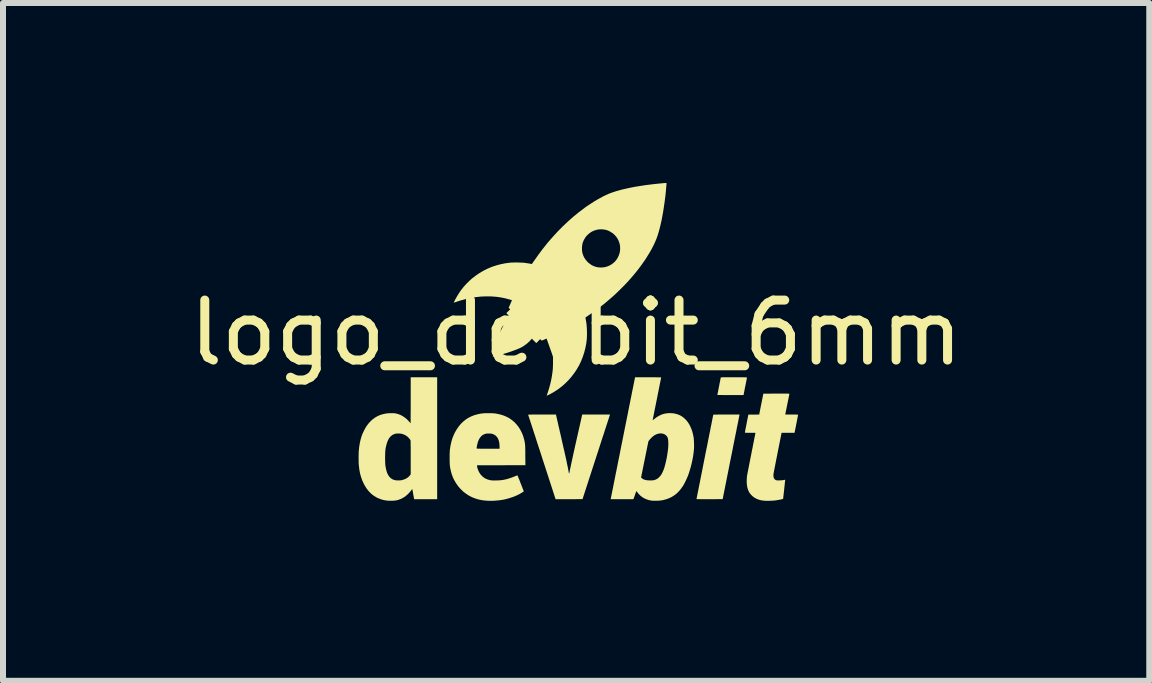
<source format=kicad_pcb>
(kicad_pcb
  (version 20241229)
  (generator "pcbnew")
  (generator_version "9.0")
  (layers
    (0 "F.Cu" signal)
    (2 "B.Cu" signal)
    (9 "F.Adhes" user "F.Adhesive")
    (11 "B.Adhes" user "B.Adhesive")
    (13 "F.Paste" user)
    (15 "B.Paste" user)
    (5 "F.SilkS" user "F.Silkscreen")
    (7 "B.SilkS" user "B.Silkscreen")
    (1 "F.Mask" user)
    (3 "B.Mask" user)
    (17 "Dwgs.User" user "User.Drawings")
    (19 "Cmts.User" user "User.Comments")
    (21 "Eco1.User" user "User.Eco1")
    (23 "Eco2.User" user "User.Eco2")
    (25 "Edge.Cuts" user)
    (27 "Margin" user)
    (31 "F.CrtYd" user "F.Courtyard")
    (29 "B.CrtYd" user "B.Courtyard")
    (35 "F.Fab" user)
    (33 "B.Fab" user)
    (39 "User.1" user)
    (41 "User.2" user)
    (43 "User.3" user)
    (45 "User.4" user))
  (footprint "logo_devbit_6mm"
    (layer "F.Cu")
    (at 6.554 2.997)
    (property "Reference" "logo_devbit_6mm" (at 0 -0.5 0) (unlocked yes) (layer "F.SilkS") (effects (font (size 1 1) (thickness 0.15))))
    (fp_poly (pts (xy 2.67 0.242) (xy 2.706 0.242) (xy 2.737 0.242) (xy 2.763 0.242) (xy 2.785 0.242) (xy 2.804 0.243) (xy 2.818 0.243) (xy 2.83 0.243) (xy 2.838 0.244) (xy 2.843 0.244) (xy 2.846 0.245) (xy 2.847 0.245) (xy 2.847 0.249) (xy 2.845 0.257) (xy 2.843 0.269) (xy 2.84 0.285) (xy 2.836 0.304) (xy 2.832 0.326) (xy 2.827 0.351) (xy 2.822 0.377) (xy 2.818 0.393) (xy 2.79 0.538) (xy 2.571 0.538) (xy 2.532 0.538) (xy 2.497 0.538) (xy 2.467 0.538) (xy 2.442 0.538) (xy 2.421 0.537) (xy 2.403 0.537) (xy 2.389 0.537) (xy 2.377 0.537) (xy 2.369 0.537) (xy 2.362 0.536) (xy 2.358 0.536) (xy 2.355 0.535) (xy 2.354 0.534) (xy 2.353 0.534) (xy 2.353 0.533) (xy 2.354 0.529) (xy 2.356 0.521) (xy 2.358 0.509) (xy 2.362 0.492) (xy 2.366 0.473) (xy 2.37 0.451) (xy 2.375 0.426) (xy 2.38 0.4) (xy 2.382 0.39) (xy 2.387 0.363) (xy 2.392 0.338) (xy 2.397 0.315) (xy 2.401 0.294) (xy 2.404 0.277) (xy 2.407 0.263) (xy 2.409 0.253) (xy 2.41 0.247) (xy 2.41 0.247) (xy 2.411 0.246) (xy 2.412 0.245) (xy 2.414 0.244) (xy 2.418 0.244) (xy 2.423 0.243) (xy 2.43 0.243) (xy 2.44 0.243) (xy 2.452 0.242) (xy 2.468 0.242) (xy 2.487 0.242) (xy 2.509 0.242) (xy 2.536 0.242) (xy 2.568 0.242) (xy 2.604 0.242) (xy 2.629 0.242)) (stroke (width 0) (type solid)) (fill yes) (layer "F.SilkS"))
    (fp_poly (pts (xy 2.722 0.87) (xy 2.721 0.874) (xy 2.719 0.882) (xy 2.717 0.895) (xy 2.713 0.913) (xy 2.709 0.935) (xy 2.704 0.961) (xy 2.698 0.991) (xy 2.691 1.025) (xy 2.683 1.063) (xy 2.675 1.104) (xy 2.667 1.148) (xy 2.657 1.194) (xy 2.647 1.244) (xy 2.637 1.296) (xy 2.626 1.349) (xy 2.615 1.405) (xy 2.604 1.463) (xy 2.592 1.522) (xy 2.581 1.575) (xy 2.442 2.273) (xy 2.224 2.274) (xy 2.186 2.274) (xy 2.151 2.274) (xy 2.119 2.274) (xy 2.09 2.274) (xy 2.065 2.274) (xy 2.044 2.273) (xy 2.027 2.273) (xy 2.015 2.273) (xy 2.008 2.272) (xy 2.006 2.272) (xy 2.006 2.269) (xy 2.008 2.261) (xy 2.01 2.249) (xy 2.014 2.231) (xy 2.018 2.21) (xy 2.023 2.184) (xy 2.029 2.154) (xy 2.036 2.12) (xy 2.043 2.083) (xy 2.051 2.042) (xy 2.06 1.999) (xy 2.069 1.952) (xy 2.079 1.903) (xy 2.089 1.852) (xy 2.1 1.798) (xy 2.111 1.742) (xy 2.122 1.685) (xy 2.134 1.625) (xy 2.145 1.569) (xy 2.157 1.508) (xy 2.169 1.449) (xy 2.181 1.392) (xy 2.192 1.336) (xy 2.202 1.282) (xy 2.213 1.231) (xy 2.222 1.182) (xy 2.232 1.136) (xy 2.24 1.092) (xy 2.248 1.052) (xy 2.256 1.015) (xy 2.262 0.982) (xy 2.268 0.952) (xy 2.273 0.926) (xy 2.277 0.905) (xy 2.281 0.888) (xy 2.283 0.875) (xy 2.285 0.868) (xy 2.285 0.865) (xy 2.288 0.865) (xy 2.295 0.865) (xy 2.308 0.864) (xy 2.324 0.864) (xy 2.344 0.864) (xy 2.368 0.863) (xy 2.395 0.863) (xy 2.424 0.863) (xy 2.456 0.863) (xy 2.49 0.863) (xy 2.504 0.863) (xy 2.723 0.863)) (stroke (width 0) (type solid)) (fill yes) (layer "F.SilkS"))
    (fp_poly (pts (xy -0.334 0.876) (xy -0.333 0.88) (xy -0.331 0.889) (xy -0.328 0.902) (xy -0.324 0.92) (xy -0.319 0.942) (xy -0.313 0.968) (xy -0.306 0.998) (xy -0.299 1.03) (xy -0.291 1.065) (xy -0.282 1.103) (xy -0.273 1.143) (xy -0.263 1.185) (xy -0.253 1.229) (xy -0.243 1.274) (xy -0.241 1.285) (xy -0.226 1.349) (xy -0.213 1.408) (xy -0.2 1.462) (xy -0.189 1.512) (xy -0.179 1.557) (xy -0.17 1.597) (xy -0.162 1.633) (xy -0.156 1.665) (xy -0.15 1.693) (xy -0.145 1.717) (xy -0.141 1.737) (xy -0.137 1.754) (xy -0.136 1.762) (xy -0.132 1.782) (xy -0.129 1.8) (xy -0.126 1.816) (xy -0.124 1.829) (xy -0.122 1.838) (xy -0.12 1.843) (xy -0.12 1.843) (xy -0.119 1.844) (xy -0.117 1.843) (xy -0.115 1.84) (xy -0.113 1.834) (xy -0.111 1.824) (xy -0.108 1.811) (xy -0.105 1.794) (xy -0.101 1.772) (xy -0.1 1.768) (xy -0.098 1.757) (xy -0.094 1.741) (xy -0.09 1.721) (xy -0.085 1.696) (xy -0.079 1.668) (xy -0.072 1.636) (xy -0.064 1.601) (xy -0.056 1.563) (xy -0.047 1.522) (xy -0.038 1.48) (xy -0.028 1.436) (xy -0.018 1.39) (xy -0.007 1.343) (xy 0.003 1.296) (xy 0.007 1.279) (xy 0.101 0.863) (xy 0.564 0.863) (xy 0.548 0.912) (xy 0.546 0.919) (xy 0.542 0.931) (xy 0.537 0.947) (xy 0.53 0.968) (xy 0.522 0.993) (xy 0.512 1.022) (xy 0.502 1.055) (xy 0.49 1.091) (xy 0.477 1.13) (xy 0.464 1.172) (xy 0.449 1.217) (xy 0.433 1.265) (xy 0.417 1.315) (xy 0.4 1.367) (xy 0.383 1.421) (xy 0.365 1.476) (xy 0.346 1.533) (xy 0.328 1.59) (xy 0.319 1.617) (xy 0.106 2.273) (xy -0.119 2.274) (xy -0.343 2.274) (xy -0.571 1.572) (xy -0.59 1.512) (xy -0.609 1.454) (xy -0.628 1.397) (xy -0.646 1.342) (xy -0.663 1.289) (xy -0.679 1.238) (xy -0.695 1.19) (xy -0.71 1.144) (xy -0.724 1.1) (xy -0.737 1.06) (xy -0.749 1.023) (xy -0.76 0.99) (xy -0.77 0.959) (xy -0.779 0.933) (xy -0.786 0.911) (xy -0.792 0.893) (xy -0.796 0.88) (xy -0.799 0.871) (xy -0.8 0.867) (xy -0.8 0.866) (xy -0.8 0.866) (xy -0.797 0.865) (xy -0.791 0.865) (xy -0.783 0.864) (xy -0.772 0.864) (xy -0.758 0.864) (xy -0.74 0.863) (xy -0.718 0.863) (xy -0.692 0.863) (xy -0.661 0.863) (xy -0.626 0.863) (xy -0.586 0.863) (xy -0.569 0.863) (xy -0.336 0.863)) (stroke (width 0) (type solid)) (fill yes) (layer "F.SilkS"))
    (fp_poly (pts (xy -2.317 2.274) (xy -2.701 2.274) (xy -2.711 2.217) (xy -2.715 2.198) (xy -2.718 2.179) (xy -2.721 2.16) (xy -2.724 2.144) (xy -2.726 2.132) (xy -2.727 2.131) (xy -2.732 2.103) (xy -2.748 2.124) (xy -2.779 2.163) (xy -2.813 2.197) (xy -2.848 2.227) (xy -2.886 2.251) (xy -2.912 2.265) (xy -2.939 2.276) (xy -2.964 2.285) (xy -2.989 2.292) (xy -3.016 2.296) (xy -3.045 2.299) (xy -3.073 2.3) (xy -3.091 2.3) (xy -3.108 2.3) (xy -3.125 2.3) (xy -3.138 2.299) (xy -3.145 2.298) (xy -3.196 2.291) (xy -3.244 2.279) (xy -3.289 2.262) (xy -3.319 2.249) (xy -3.36 2.225) (xy -3.399 2.198) (xy -3.434 2.166) (xy -3.467 2.13) (xy -3.498 2.089) (xy -3.526 2.043) (xy -3.543 2.011) (xy -3.566 1.96) (xy -3.585 1.907) (xy -3.601 1.85) (xy -3.613 1.789) (xy -3.621 1.725) (xy -3.624 1.695) (xy -3.625 1.679) (xy -3.626 1.659) (xy -3.626 1.635) (xy -3.626 1.609) (xy -3.626 1.601) (xy -3.185 1.601) (xy -3.184 1.627) (xy -3.184 1.651) (xy -3.183 1.673) (xy -3.182 1.691) (xy -3.181 1.706) (xy -3.181 1.708) (xy -3.173 1.754) (xy -3.164 1.794) (xy -3.153 1.83) (xy -3.139 1.861) (xy -3.123 1.888) (xy -3.105 1.91) (xy -3.084 1.928) (xy -3.06 1.943) (xy -3.034 1.953) (xy -3.012 1.958) (xy -2.996 1.96) (xy -2.977 1.961) (xy -2.956 1.961) (xy -2.935 1.96) (xy -2.916 1.958) (xy -2.905 1.956) (xy -2.871 1.946) (xy -2.84 1.933) (xy -2.812 1.916) (xy -2.788 1.896) (xy -2.771 1.876) (xy -2.758 1.86) (xy -2.758 1.578) (xy -2.758 1.532) (xy -2.758 1.492) (xy -2.758 1.457) (xy -2.758 1.426) (xy -2.758 1.399) (xy -2.759 1.376) (xy -2.759 1.356) (xy -2.759 1.34) (xy -2.759 1.327) (xy -2.76 1.316) (xy -2.76 1.307) (xy -2.76 1.301) (xy -2.761 1.296) (xy -2.761 1.293) (xy -2.762 1.29) (xy -2.763 1.289) (xy -2.763 1.288) (xy -2.773 1.274) (xy -2.785 1.259) (xy -2.799 1.244) (xy -2.812 1.232) (xy -2.814 1.23) (xy -2.832 1.217) (xy -2.854 1.204) (xy -2.877 1.194) (xy -2.899 1.186) (xy -2.902 1.185) (xy -2.918 1.182) (xy -2.938 1.18) (xy -2.958 1.179) (xy -2.979 1.179) (xy -2.998 1.18) (xy -3.014 1.183) (xy -3.016 1.184) (xy -3.043 1.193) (xy -3.067 1.206) (xy -3.089 1.224) (xy -3.109 1.245) (xy -3.126 1.271) (xy -3.141 1.301) (xy -3.154 1.336) (xy -3.165 1.375) (xy -3.175 1.419) (xy -3.179 1.448) (xy -3.181 1.46) (xy -3.182 1.478) (xy -3.183 1.498) (xy -3.184 1.522) (xy -3.184 1.548) (xy -3.185 1.574) (xy -3.185 1.601) (xy -3.626 1.601) (xy -3.627 1.582) (xy -3.626 1.556) (xy -3.626 1.53) (xy -3.625 1.506) (xy -3.625 1.486) (xy -3.624 1.473) (xy -3.617 1.404) (xy -3.606 1.337) (xy -3.592 1.275) (xy -3.574 1.216) (xy -3.569 1.203) (xy -3.561 1.182) (xy -3.55 1.159) (xy -3.538 1.134) (xy -3.526 1.11) (xy -3.513 1.087) (xy -3.501 1.067) (xy -3.497 1.06) (xy -3.465 1.017) (xy -3.432 0.979) (xy -3.396 0.946) (xy -3.358 0.917) (xy -3.317 0.893) (xy -3.274 0.873) (xy -3.227 0.858) (xy -3.177 0.847) (xy -3.176 0.847) (xy -3.158 0.844) (xy -3.137 0.842) (xy -3.113 0.841) (xy -3.089 0.84) (xy -3.066 0.84) (xy -3.044 0.841) (xy -3.025 0.842) (xy -3.011 0.844) (xy -2.971 0.854) (xy -2.932 0.868) (xy -2.894 0.888) (xy -2.858 0.912) (xy -2.824 0.939) (xy -2.793 0.971) (xy -2.78 0.986) (xy -2.772 0.995) (xy -2.766 1.002) (xy -2.762 1.007) (xy -2.76 1.008) (xy -2.76 1.005) (xy -2.76 0.998) (xy -2.76 0.985) (xy -2.759 0.968) (xy -2.759 0.947) (xy -2.759 0.922) (xy -2.759 0.894) (xy -2.759 0.862) (xy -2.759 0.827) (xy -2.758 0.79) (xy -2.758 0.75) (xy -2.758 0.708) (xy -2.758 0.664) (xy -2.758 0.625) (xy -2.758 0.242) (xy -2.317 0.242)) (stroke (width 0) (type solid)) (fill yes) (layer "F.SilkS"))
    (fp_poly (pts (xy -1.44 0.84) (xy -1.411 0.841) (xy -1.384 0.842) (xy -1.36 0.844) (xy -1.342 0.846) (xy -1.287 0.857) (xy -1.237 0.87) (xy -1.19 0.887) (xy -1.146 0.907) (xy -1.11 0.927) (xy -1.068 0.957) (xy -1.029 0.99) (xy -0.994 1.028) (xy -0.961 1.069) (xy -0.933 1.113) (xy -0.908 1.161) (xy -0.887 1.211) (xy -0.871 1.264) (xy -0.868 1.276) (xy -0.864 1.292) (xy -0.861 1.306) (xy -0.858 1.32) (xy -0.856 1.333) (xy -0.854 1.347) (xy -0.852 1.361) (xy -0.851 1.376) (xy -0.85 1.393) (xy -0.849 1.413) (xy -0.849 1.435) (xy -0.848 1.461) (xy -0.848 1.491) (xy -0.848 1.525) (xy -0.848 1.545) (xy -0.846 1.707) (xy -1.249 1.708) (xy -1.652 1.708) (xy -1.652 1.723) (xy -1.649 1.742) (xy -1.643 1.764) (xy -1.635 1.788) (xy -1.624 1.811) (xy -1.612 1.834) (xy -1.598 1.855) (xy -1.592 1.863) (xy -1.567 1.89) (xy -1.54 1.913) (xy -1.51 1.931) (xy -1.476 1.945) (xy -1.439 1.956) (xy -1.438 1.956) (xy -1.421 1.959) (xy -1.399 1.961) (xy -1.374 1.962) (xy -1.346 1.962) (xy -1.317 1.961) (xy -1.287 1.96) (xy -1.258 1.958) (xy -1.23 1.954) (xy -1.219 1.953) (xy -1.189 1.947) (xy -1.154 1.939) (xy -1.116 1.927) (xy -1.074 1.913) (xy -1.028 1.895) (xy -1.021 1.892) (xy -1.007 1.887) (xy -0.995 1.882) (xy -0.986 1.879) (xy -0.98 1.877) (xy -0.979 1.877) (xy -0.978 1.879) (xy -0.974 1.886) (xy -0.97 1.897) (xy -0.964 1.912) (xy -0.957 1.93) (xy -0.948 1.95) (xy -0.939 1.973) (xy -0.93 1.998) (xy -0.925 2.01) (xy -0.873 2.143) (xy -0.879 2.148) (xy -0.886 2.153) (xy -0.897 2.16) (xy -0.91 2.168) (xy -0.924 2.176) (xy -0.938 2.185) (xy -0.952 2.192) (xy -0.964 2.198) (xy -0.965 2.199) (xy -1.002 2.216) (xy -1.043 2.233) (xy -1.087 2.248) (xy -1.132 2.262) (xy -1.177 2.274) (xy -1.22 2.283) (xy -1.223 2.283) (xy -1.271 2.291) (xy -1.322 2.296) (xy -1.373 2.3) (xy -1.424 2.301) (xy -1.472 2.3) (xy -1.505 2.298) (xy -1.567 2.291) (xy -1.625 2.279) (xy -1.682 2.262) (xy -1.735 2.241) (xy -1.786 2.215) (xy -1.834 2.184) (xy -1.879 2.15) (xy -1.92 2.111) (xy -1.959 2.068) (xy -1.975 2.047) (xy -2.005 2.003) (xy -2.032 1.957) (xy -2.055 1.91) (xy -2.073 1.86) (xy -2.088 1.808) (xy -2.1 1.752) (xy -2.104 1.723) (xy -2.106 1.708) (xy -2.107 1.689) (xy -2.108 1.666) (xy -2.109 1.64) (xy -2.109 1.613) (xy -2.109 1.584) (xy -2.109 1.556) (xy -2.109 1.528) (xy -2.108 1.501) (xy -2.107 1.478) (xy -2.106 1.458) (xy -2.104 1.444) (xy -2.101 1.421) (xy -1.658 1.421) (xy -1.658 1.428) (xy -1.658 1.43) (xy -1.655 1.431) (xy -1.649 1.431) (xy -1.639 1.432) (xy -1.624 1.432) (xy -1.606 1.432) (xy -1.582 1.433) (xy -1.554 1.433) (xy -1.521 1.433) (xy -1.482 1.433) (xy -1.466 1.433) (xy -1.277 1.433) (xy -1.277 1.397) (xy -1.279 1.357) (xy -1.284 1.321) (xy -1.293 1.288) (xy -1.305 1.26) (xy -1.321 1.236) (xy -1.34 1.216) (xy -1.363 1.2) (xy -1.389 1.188) (xy -1.403 1.184) (xy -1.417 1.181) (xy -1.435 1.179) (xy -1.454 1.179) (xy -1.474 1.179) (xy -1.492 1.18) (xy -1.507 1.183) (xy -1.511 1.184) (xy -1.537 1.193) (xy -1.561 1.206) (xy -1.582 1.224) (xy -1.6 1.245) (xy -1.617 1.271) (xy -1.631 1.302) (xy -1.637 1.317) (xy -1.641 1.331) (xy -1.645 1.347) (xy -1.649 1.364) (xy -1.653 1.38) (xy -1.656 1.396) (xy -1.658 1.41) (xy -1.658 1.421) (xy -2.101 1.421) (xy -2.094 1.379) (xy -2.081 1.319) (xy -2.064 1.261) (xy -2.043 1.208) (xy -2.019 1.157) (xy -1.99 1.108) (xy -1.985 1.1) (xy -1.952 1.054) (xy -1.917 1.013) (xy -1.879 0.977) (xy -1.839 0.945) (xy -1.797 0.918) (xy -1.751 0.895) (xy -1.702 0.875) (xy -1.649 0.86) (xy -1.593 0.848) (xy -1.57 0.845) (xy -1.55 0.843) (xy -1.526 0.841) (xy -1.499 0.84) (xy -1.47 0.84)) (stroke (width 0) (type solid)) (fill yes) (layer "F.SilkS"))
    (fp_poly (pts (xy 3.468 0.514) (xy 3.489 0.514) (xy 3.507 0.514) (xy 3.521 0.514) (xy 3.533 0.515) (xy 3.541 0.515) (xy 3.547 0.515) (xy 3.551 0.516) (xy 3.553 0.517) (xy 3.554 0.517) (xy 3.554 0.517) (xy 3.554 0.52) (xy 3.552 0.528) (xy 3.55 0.541) (xy 3.546 0.557) (xy 3.543 0.577) (xy 3.538 0.6) (xy 3.533 0.625) (xy 3.527 0.653) (xy 3.521 0.682) (xy 3.519 0.692) (xy 3.485 0.863) (xy 3.592 0.863) (xy 3.617 0.863) (xy 3.64 0.863) (xy 3.66 0.863) (xy 3.676 0.864) (xy 3.688 0.864) (xy 3.696 0.865) (xy 3.699 0.865) (xy 3.699 0.865) (xy 3.699 0.868) (xy 3.697 0.876) (xy 3.695 0.888) (xy 3.692 0.903) (xy 3.689 0.921) (xy 3.685 0.942) (xy 3.68 0.964) (xy 3.676 0.988) (xy 3.671 1.012) (xy 3.666 1.036) (xy 3.662 1.06) (xy 3.657 1.082) (xy 3.653 1.103) (xy 3.649 1.122) (xy 3.646 1.137) (xy 3.644 1.149) (xy 3.642 1.158) (xy 3.641 1.161) (xy 3.64 1.167) (xy 3.424 1.167) (xy 3.358 1.498) (xy 3.35 1.54) (xy 3.342 1.58) (xy 3.334 1.619) (xy 3.327 1.656) (xy 3.32 1.691) (xy 3.314 1.723) (xy 3.308 1.753) (xy 3.303 1.779) (xy 3.299 1.801) (xy 3.295 1.82) (xy 3.293 1.834) (xy 3.291 1.844) (xy 3.29 1.848) (xy 3.288 1.865) (xy 3.288 1.883) (xy 3.29 1.9) (xy 3.293 1.915) (xy 3.295 1.922) (xy 3.303 1.935) (xy 3.314 1.946) (xy 3.326 1.955) (xy 3.333 1.958) (xy 3.341 1.959) (xy 3.354 1.961) (xy 3.37 1.961) (xy 3.388 1.961) (xy 3.407 1.96) (xy 3.425 1.959) (xy 3.442 1.957) (xy 3.456 1.955) (xy 3.467 1.953) (xy 3.476 1.951) (xy 3.482 1.951) (xy 3.484 1.951) (xy 3.484 1.953) (xy 3.483 1.961) (xy 3.482 1.973) (xy 3.48 1.988) (xy 3.478 2.006) (xy 3.476 2.027) (xy 3.474 2.05) (xy 3.471 2.075) (xy 3.468 2.1) (xy 3.466 2.125) (xy 3.463 2.15) (xy 3.46 2.174) (xy 3.458 2.197) (xy 3.455 2.217) (xy 3.453 2.235) (xy 3.452 2.25) (xy 3.45 2.261) (xy 3.449 2.268) (xy 3.449 2.27) (xy 3.446 2.271) (xy 3.438 2.273) (xy 3.427 2.275) (xy 3.414 2.278) (xy 3.399 2.281) (xy 3.383 2.284) (xy 3.368 2.287) (xy 3.354 2.289) (xy 3.341 2.291) (xy 3.339 2.292) (xy 3.312 2.295) (xy 3.283 2.298) (xy 3.252 2.299) (xy 3.22 2.301) (xy 3.19 2.301) (xy 3.161 2.301) (xy 3.136 2.299) (xy 3.126 2.298) (xy 3.081 2.292) (xy 3.041 2.281) (xy 3.004 2.266) (xy 2.97 2.247) (xy 2.94 2.224) (xy 2.926 2.211) (xy 2.905 2.188) (xy 2.888 2.165) (xy 2.874 2.14) (xy 2.863 2.112) (xy 2.861 2.106) (xy 2.852 2.072) (xy 2.846 2.035) (xy 2.843 1.994) (xy 2.843 1.951) (xy 2.846 1.905) (xy 2.851 1.868) (xy 2.852 1.863) (xy 2.854 1.853) (xy 2.857 1.839) (xy 2.86 1.821) (xy 2.865 1.799) (xy 2.869 1.773) (xy 2.875 1.745) (xy 2.881 1.715) (xy 2.887 1.682) (xy 2.894 1.648) (xy 2.901 1.612) (xy 2.908 1.575) (xy 2.916 1.538) (xy 2.923 1.501) (xy 2.93 1.463) (xy 2.938 1.427) (xy 2.945 1.391) (xy 2.951 1.357) (xy 2.958 1.324) (xy 2.964 1.294) (xy 2.969 1.266) (xy 2.974 1.241) (xy 2.979 1.219) (xy 2.982 1.201) (xy 2.985 1.187) (xy 2.987 1.177) (xy 2.988 1.172) (xy 2.988 1.171) (xy 2.989 1.17) (xy 2.988 1.169) (xy 2.985 1.168) (xy 2.981 1.168) (xy 2.974 1.167) (xy 2.964 1.167) (xy 2.95 1.167) (xy 2.932 1.167) (xy 2.909 1.167) (xy 2.901 1.167) (xy 2.877 1.167) (xy 2.857 1.167) (xy 2.842 1.167) (xy 2.831 1.166) (xy 2.823 1.166) (xy 2.817 1.165) (xy 2.814 1.165) (xy 2.813 1.164) (xy 2.812 1.162) (xy 2.812 1.162) (xy 2.813 1.159) (xy 2.814 1.15) (xy 2.817 1.138) (xy 2.82 1.122) (xy 2.823 1.102) (xy 2.828 1.08) (xy 2.833 1.055) (xy 2.838 1.028) (xy 2.841 1.011) (xy 2.87 0.864) (xy 2.96 0.864) (xy 3.051 0.863) (xy 3.085 0.689) (xy 3.12 0.515) (xy 3.337 0.514) (xy 3.377 0.514) (xy 3.412 0.514) (xy 3.442 0.514)) (stroke (width 0) (type solid)) (fill yes) (layer "F.SilkS"))
    (fp_poly (pts (xy 1.236 0.242) (xy 1.27 0.242) (xy 1.301 0.242) (xy 1.33 0.242) (xy 1.355 0.243) (xy 1.376 0.243) (xy 1.393 0.243) (xy 1.406 0.244) (xy 1.414 0.244) (xy 1.417 0.244) (xy 1.417 0.244) (xy 1.416 0.247) (xy 1.415 0.255) (xy 1.412 0.268) (xy 1.409 0.284) (xy 1.405 0.305) (xy 1.4 0.33) (xy 1.394 0.358) (xy 1.388 0.389) (xy 1.381 0.423) (xy 1.374 0.46) (xy 1.366 0.498) (xy 1.358 0.539) (xy 1.35 0.581) (xy 1.346 0.601) (xy 1.337 0.644) (xy 1.329 0.685) (xy 1.321 0.725) (xy 1.313 0.762) (xy 1.306 0.798) (xy 1.3 0.83) (xy 1.294 0.86) (xy 1.289 0.886) (xy 1.284 0.908) (xy 1.281 0.927) (xy 1.278 0.942) (xy 1.276 0.952) (xy 1.275 0.957) (xy 1.275 0.957) (xy 1.277 0.957) (xy 1.283 0.953) (xy 1.29 0.947) (xy 1.3 0.939) (xy 1.339 0.909) (xy 1.379 0.885) (xy 1.42 0.865) (xy 1.462 0.851) (xy 1.505 0.843) (xy 1.549 0.839) (xy 1.558 0.839) (xy 1.605 0.841) (xy 1.65 0.848) (xy 1.692 0.86) (xy 1.731 0.876) (xy 1.767 0.897) (xy 1.8 0.923) (xy 1.831 0.953) (xy 1.859 0.987) (xy 1.885 1.027) (xy 1.903 1.062) (xy 1.922 1.106) (xy 1.938 1.153) (xy 1.95 1.204) (xy 1.959 1.25) (xy 1.96 1.266) (xy 1.962 1.286) (xy 1.963 1.309) (xy 1.964 1.334) (xy 1.965 1.359) (xy 1.965 1.385) (xy 1.965 1.409) (xy 1.964 1.431) (xy 1.963 1.447) (xy 1.957 1.501) (xy 1.949 1.558) (xy 1.938 1.618) (xy 1.925 1.678) (xy 1.91 1.737) (xy 1.893 1.795) (xy 1.876 1.849) (xy 1.864 1.882) (xy 1.855 1.903) (xy 1.845 1.927) (xy 1.833 1.952) (xy 1.821 1.978) (xy 1.808 2.003) (xy 1.796 2.026) (xy 1.785 2.046) (xy 1.777 2.058) (xy 1.745 2.103) (xy 1.711 2.143) (xy 1.675 2.179) (xy 1.636 2.209) (xy 1.595 2.235) (xy 1.551 2.257) (xy 1.504 2.274) (xy 1.454 2.288) (xy 1.414 2.295) (xy 1.4 2.296) (xy 1.383 2.298) (xy 1.363 2.299) (xy 1.342 2.3) (xy 1.321 2.3) (xy 1.3 2.3) (xy 1.282 2.3) (xy 1.268 2.299) (xy 1.26 2.298) (xy 1.216 2.29) (xy 1.175 2.277) (xy 1.136 2.26) (xy 1.1 2.238) (xy 1.068 2.213) (xy 1.039 2.183) (xy 1.02 2.158) (xy 1.013 2.149) (xy 1.008 2.142) (xy 1.005 2.138) (xy 1.004 2.137) (xy 1.003 2.14) (xy 1.001 2.147) (xy 0.997 2.157) (xy 0.991 2.171) (xy 0.985 2.187) (xy 0.979 2.205) (xy 0.979 2.206) (xy 0.954 2.274) (xy 0.764 2.274) (xy 0.733 2.274) (xy 0.703 2.274) (xy 0.676 2.274) (xy 0.651 2.274) (xy 0.628 2.274) (xy 0.609 2.274) (xy 0.594 2.274) (xy 0.583 2.274) (xy 0.577 2.274) (xy 0.575 2.274) (xy 0.576 2.271) (xy 0.577 2.263) (xy 0.58 2.251) (xy 0.583 2.233) (xy 0.588 2.211) (xy 0.593 2.185) (xy 0.599 2.154) (xy 0.606 2.12) (xy 0.614 2.082) (xy 0.622 2.04) (xy 0.631 1.994) (xy 0.641 1.945) (xy 0.648 1.912) (xy 1.082 1.912) (xy 1.093 1.922) (xy 1.11 1.936) (xy 1.131 1.946) (xy 1.157 1.954) (xy 1.187 1.959) (xy 1.221 1.961) (xy 1.245 1.961) (xy 1.264 1.961) (xy 1.278 1.959) (xy 1.291 1.958) (xy 1.302 1.955) (xy 1.304 1.955) (xy 1.328 1.946) (xy 1.351 1.934) (xy 1.372 1.918) (xy 1.391 1.899) (xy 1.41 1.877) (xy 1.427 1.85) (xy 1.442 1.82) (xy 1.457 1.785) (xy 1.471 1.745) (xy 1.483 1.701) (xy 1.495 1.652) (xy 1.507 1.599) (xy 1.517 1.54) (xy 1.519 1.529) (xy 1.524 1.497) (xy 1.528 1.468) (xy 1.531 1.443) (xy 1.533 1.42) (xy 1.535 1.398) (xy 1.536 1.375) (xy 1.536 1.351) (xy 1.536 1.35) (xy 1.535 1.32) (xy 1.534 1.294) (xy 1.531 1.273) (xy 1.527 1.255) (xy 1.521 1.24) (xy 1.513 1.227) (xy 1.503 1.215) (xy 1.497 1.209) (xy 1.478 1.195) (xy 1.456 1.185) (xy 1.432 1.179) (xy 1.407 1.177) (xy 1.38 1.18) (xy 1.353 1.186) (xy 1.326 1.197) (xy 1.301 1.211) (xy 1.286 1.222) (xy 1.27 1.235) (xy 1.253 1.251) (xy 1.237 1.268) (xy 1.223 1.284) (xy 1.219 1.29) (xy 1.204 1.309) (xy 1.143 1.61) (xy 1.082 1.912) (xy 0.648 1.912) (xy 0.651 1.893) (xy 0.662 1.839) (xy 0.674 1.781) (xy 0.686 1.721) (xy 0.698 1.658) (xy 0.711 1.594) (xy 0.725 1.527) (xy 0.738 1.458) (xy 0.752 1.388) (xy 0.767 1.316) (xy 0.778 1.258) (xy 0.793 1.185) (xy 0.807 1.114) (xy 0.821 1.044) (xy 0.835 0.976) (xy 0.848 0.909) (xy 0.861 0.845) (xy 0.873 0.783) (xy 0.885 0.723) (xy 0.897 0.666) (xy 0.907 0.612) (xy 0.918 0.561) (xy 0.927 0.513) (xy 0.936 0.468) (xy 0.945 0.427) (xy 0.952 0.389) (xy 0.959 0.355) (xy 0.965 0.326) (xy 0.97 0.3) (xy 0.974 0.279) (xy 0.977 0.263) (xy 0.98 0.251) (xy 0.981 0.244) (xy 0.981 0.243) (xy 0.984 0.243) (xy 0.991 0.242) (xy 1.004 0.242) (xy 1.02 0.242) (xy 1.04 0.242) (xy 1.064 0.242) (xy 1.09 0.242) (xy 1.119 0.242) (xy 1.15 0.242) (xy 1.183 0.242) (xy 1.199 0.242)) (stroke (width 0) (type solid)) (fill yes) (layer "F.SilkS"))
    (fp_poly (pts (xy 1.502 -2.997) (xy 1.504 -2.996) (xy 1.505 -2.995) (xy 1.506 -2.992) (xy 1.506 -2.986) (xy 1.505 -2.978) (xy 1.505 -2.966) (xy 1.503 -2.95) (xy 1.502 -2.94) (xy 1.495 -2.855) (xy 1.486 -2.77) (xy 1.475 -2.686) (xy 1.463 -2.604) (xy 1.451 -2.524) (xy 1.437 -2.446) (xy 1.423 -2.372) (xy 1.407 -2.303) (xy 1.402 -2.28) (xy 1.387 -2.222) (xy 1.372 -2.169) (xy 1.357 -2.12) (xy 1.34 -2.072) (xy 1.321 -2.026) (xy 1.301 -1.981) (xy 1.278 -1.935) (xy 1.253 -1.887) (xy 1.225 -1.838) (xy 1.206 -1.807) (xy 1.152 -1.721) (xy 1.092 -1.635) (xy 1.028 -1.549) (xy 0.959 -1.464) (xy 0.886 -1.38) (xy 0.809 -1.297) (xy 0.728 -1.216) (xy 0.645 -1.136) (xy 0.558 -1.059) (xy 0.469 -0.984) (xy 0.377 -0.912) (xy 0.283 -0.843) (xy 0.193 -0.781) (xy 0.178 -0.771) (xy 0.168 -0.764) (xy 0.161 -0.759) (xy 0.157 -0.755) (xy 0.155 -0.752) (xy 0.154 -0.75) (xy 0.155 -0.748) (xy 0.157 -0.737) (xy 0.16 -0.723) (xy 0.163 -0.706) (xy 0.166 -0.687) (xy 0.169 -0.667) (xy 0.172 -0.648) (xy 0.172 -0.644) (xy 0.174 -0.625) (xy 0.176 -0.601) (xy 0.178 -0.575) (xy 0.179 -0.546) (xy 0.18 -0.517) (xy 0.18 -0.488) (xy 0.18 -0.46) (xy 0.179 -0.434) (xy 0.178 -0.412) (xy 0.178 -0.405) (xy 0.169 -0.327) (xy 0.154 -0.249) (xy 0.135 -0.174) (xy 0.111 -0.101) (xy 0.083 -0.029) (xy 0.05 0.04) (xy 0.012 0.106) (xy -0.03 0.169) (xy -0.076 0.23) (xy -0.126 0.288) (xy -0.18 0.342) (xy -0.238 0.393) (xy -0.299 0.44) (xy -0.365 0.483) (xy -0.381 0.493) (xy -0.394 0.5) (xy -0.409 0.508) (xy -0.424 0.517) (xy -0.439 0.524) (xy -0.453 0.532) (xy -0.467 0.538) (xy -0.477 0.543) (xy -0.486 0.547) (xy -0.49 0.548) (xy -0.491 0.548) (xy -0.49 0.544) (xy -0.487 0.537) (xy -0.483 0.525) (xy -0.479 0.511) (xy -0.473 0.495) (xy -0.469 0.483) (xy -0.449 0.418) (xy -0.432 0.354) (xy -0.417 0.291) (xy -0.405 0.225) (xy -0.395 0.157) (xy -0.391 0.121) (xy -0.389 0.101) (xy -0.388 0.078) (xy -0.387 0.051) (xy -0.386 0.021) (xy -0.386 -0.009) (xy -0.386 -0.04) (xy -0.386 -0.07) (xy -0.387 -0.098) (xy -0.388 -0.124) (xy -0.39 -0.145) (xy -0.391 -0.153) (xy -0.395 -0.19) (xy -0.401 -0.229) (xy -0.408 -0.267) (xy -0.415 -0.302) (xy -0.418 -0.314) (xy -0.422 -0.328) (xy -0.426 -0.344) (xy -0.43 -0.36) (xy -0.435 -0.376) (xy -0.439 -0.391) (xy -0.443 -0.403) (xy -0.446 -0.413) (xy -0.448 -0.418) (xy -0.449 -0.419) (xy -0.451 -0.419) (xy -0.457 -0.418) (xy -0.466 -0.415) (xy -0.479 -0.41) (xy -0.497 -0.402) (xy -0.508 -0.397) (xy -0.525 -0.39) (xy -0.54 -0.383) (xy -0.553 -0.378) (xy -0.562 -0.374) (xy -0.568 -0.371) (xy -0.57 -0.37) (xy -0.574 -0.371) (xy -0.581 -0.376) (xy -0.587 -0.381) (xy -0.6 -0.394) (xy -0.632 -0.361) (xy -0.665 -0.328) (xy -0.739 -0.402) (xy -0.749 -0.39) (xy -0.78 -0.356) (xy -0.815 -0.324) (xy -0.853 -0.295) (xy -0.893 -0.268) (xy -0.923 -0.252) (xy -0.953 -0.238) (xy -0.987 -0.224) (xy -1.026 -0.209) (xy -1.07 -0.193) (xy -1.117 -0.177) (xy -1.167 -0.161) (xy -1.221 -0.145) (xy -1.278 -0.129) (xy -1.337 -0.114) (xy -1.344 -0.112) (xy -1.361 -0.108) (xy -1.373 -0.105) (xy -1.382 -0.103) (xy -1.387 -0.102) (xy -1.389 -0.103) (xy -1.39 -0.104) (xy -1.389 -0.109) (xy -1.387 -0.119) (xy -1.384 -0.132) (xy -1.379 -0.15) (xy -1.374 -0.169) (xy -1.368 -0.191) (xy -1.362 -0.215) (xy -1.355 -0.239) (xy -1.348 -0.264) (xy -1.341 -0.289) (xy -1.334 -0.312) (xy -1.328 -0.335) (xy -1.325 -0.341) (xy -1.308 -0.396) (xy -1.291 -0.445) (xy -1.275 -0.49) (xy -1.258 -0.53) (xy -1.242 -0.565) (xy -1.227 -0.594) (xy -1.216 -0.613) (xy -1.2 -0.636) (xy -1.181 -0.66) (xy -1.161 -0.685) (xy -1.14 -0.708) (xy -1.119 -0.728) (xy -1.104 -0.742) (xy -1.09 -0.753) (xy -1.164 -0.827) (xy -1.132 -0.859) (xy -1.1 -0.891) (xy -1.112 -0.904) (xy -1.125 -0.917) (xy -1.109 -0.954) (xy -1.102 -0.969) (xy -1.095 -0.986) (xy -1.088 -1.002) (xy -1.082 -1.014) (xy -1.082 -1.016) (xy -1.077 -1.026) (xy -1.073 -1.035) (xy -1.071 -1.041) (xy -1.07 -1.042) (xy -1.072 -1.043) (xy -1.079 -1.045) (xy -1.089 -1.049) (xy -1.1 -1.052) (xy -1.176 -1.073) (xy -1.254 -1.089) (xy -1.334 -1.1) (xy -1.415 -1.106) (xy -1.498 -1.107) (xy -1.582 -1.104) (xy -1.667 -1.095) (xy -1.752 -1.081) (xy -1.839 -1.062) (xy -1.925 -1.039) (xy -1.979 -1.022) (xy -1.995 -1.016) (xy -2.01 -1.011) (xy -2.023 -1.007) (xy -2.033 -1.004) (xy -2.038 -1.002) (xy -2.039 -1.001) (xy -2.04 -1.002) (xy -2.039 -1.006) (xy -2.036 -1.013) (xy -2.031 -1.024) (xy -2.023 -1.04) (xy -2.019 -1.049) (xy -1.988 -1.104) (xy -1.956 -1.156) (xy -1.922 -1.207) (xy -1.883 -1.256) (xy -1.88 -1.261) (xy -1.868 -1.274) (xy -1.854 -1.29) (xy -1.837 -1.308) (xy -1.819 -1.327) (xy -1.8 -1.346) (xy -1.782 -1.364) (xy -1.764 -1.38) (xy -1.749 -1.394) (xy -1.741 -1.401) (xy -1.677 -1.451) (xy -1.612 -1.495) (xy -1.544 -1.535) (xy -1.474 -1.57) (xy -1.402 -1.6) (xy -1.328 -1.624) (xy -1.253 -1.644) (xy -1.175 -1.659) (xy -1.096 -1.669) (xy -1.085 -1.67) (xy -1.066 -1.671) (xy -1.043 -1.671) (xy -1.017 -1.672) (xy -0.989 -1.672) (xy -0.961 -1.671) (xy -0.933 -1.67) (xy -0.907 -1.669) (xy -0.883 -1.668) (xy -0.864 -1.666) (xy -0.858 -1.666) (xy -0.841 -1.663) (xy -0.822 -1.66) (xy -0.801 -1.657) (xy -0.781 -1.654) (xy -0.762 -1.65) (xy -0.747 -1.647) (xy -0.743 -1.647) (xy -0.741 -1.647) (xy -0.738 -1.649) (xy -0.734 -1.653) (xy -0.729 -1.66) (xy -0.721 -1.671) (xy -0.712 -1.684) (xy -0.7 -1.701) (xy -0.628 -1.803) (xy -0.558 -1.897) (xy 0.097 -1.897) (xy 0.098 -1.873) (xy 0.099 -1.857) (xy 0.107 -1.82) (xy 0.12 -1.783) (xy 0.138 -1.747) (xy 0.161 -1.714) (xy 0.187 -1.684) (xy 0.189 -1.681) (xy 0.221 -1.654) (xy 0.254 -1.631) (xy 0.29 -1.612) (xy 0.328 -1.599) (xy 0.367 -1.591) (xy 0.408 -1.588) (xy 0.45 -1.59) (xy 0.48 -1.595) (xy 0.518 -1.605) (xy 0.554 -1.62) (xy 0.588 -1.639) (xy 0.619 -1.662) (xy 0.648 -1.689) (xy 0.672 -1.719) (xy 0.693 -1.752) (xy 0.71 -1.788) (xy 0.723 -1.826) (xy 0.731 -1.865) (xy 0.731 -1.868) (xy 0.733 -1.908) (xy 0.731 -1.949) (xy 0.723 -1.988) (xy 0.718 -2.005) (xy 0.703 -2.043) (xy 0.684 -2.078) (xy 0.66 -2.11) (xy 0.633 -2.139) (xy 0.602 -2.164) (xy 0.569 -2.185) (xy 0.534 -2.203) (xy 0.5 -2.214) (xy 0.459 -2.222) (xy 0.418 -2.225) (xy 0.378 -2.223) (xy 0.339 -2.216) (xy 0.301 -2.204) (xy 0.264 -2.188) (xy 0.23 -2.166) (xy 0.198 -2.14) (xy 0.196 -2.138) (xy 0.169 -2.11) (xy 0.146 -2.078) (xy 0.127 -2.044) (xy 0.112 -2.009) (xy 0.106 -1.988) (xy 0.102 -1.969) (xy 0.099 -1.946) (xy 0.097 -1.921) (xy 0.097 -1.897) (xy -0.558 -1.897) (xy -0.553 -1.903) (xy -0.475 -2.001) (xy -0.393 -2.095) (xy -0.31 -2.186) (xy -0.224 -2.273) (xy -0.136 -2.356) (xy -0.047 -2.435) (xy 0.044 -2.509) (xy 0.136 -2.578) (xy 0.144 -2.585) (xy 0.196 -2.621) (xy 0.248 -2.655) (xy 0.299 -2.688) (xy 0.351 -2.719) (xy 0.401 -2.747) (xy 0.449 -2.773) (xy 0.495 -2.795) (xy 0.538 -2.815) (xy 0.558 -2.823) (xy 0.614 -2.843) (xy 0.676 -2.863) (xy 0.743 -2.882) (xy 0.815 -2.899) (xy 0.892 -2.916) (xy 0.973 -2.932) (xy 1.06 -2.946) (xy 1.15 -2.96) (xy 1.245 -2.972) (xy 1.3 -2.979) (xy 1.324 -2.981) (xy 1.349 -2.984) (xy 1.374 -2.986) (xy 1.399 -2.989) (xy 1.422 -2.991) (xy 1.444 -2.993) (xy 1.463 -2.995) (xy 1.479 -2.996) (xy 1.491 -2.997) (xy 1.499 -2.997)) (stroke (width 0) (type solid)) (fill yes) (layer "F.SilkS")))
  (gr_rect
    (start -3 -3)
    (end 16.107 8.298)
    (stroke (width 0.1) (type default))
    (fill no)
    (layer "Edge.Cuts")))
</source>
